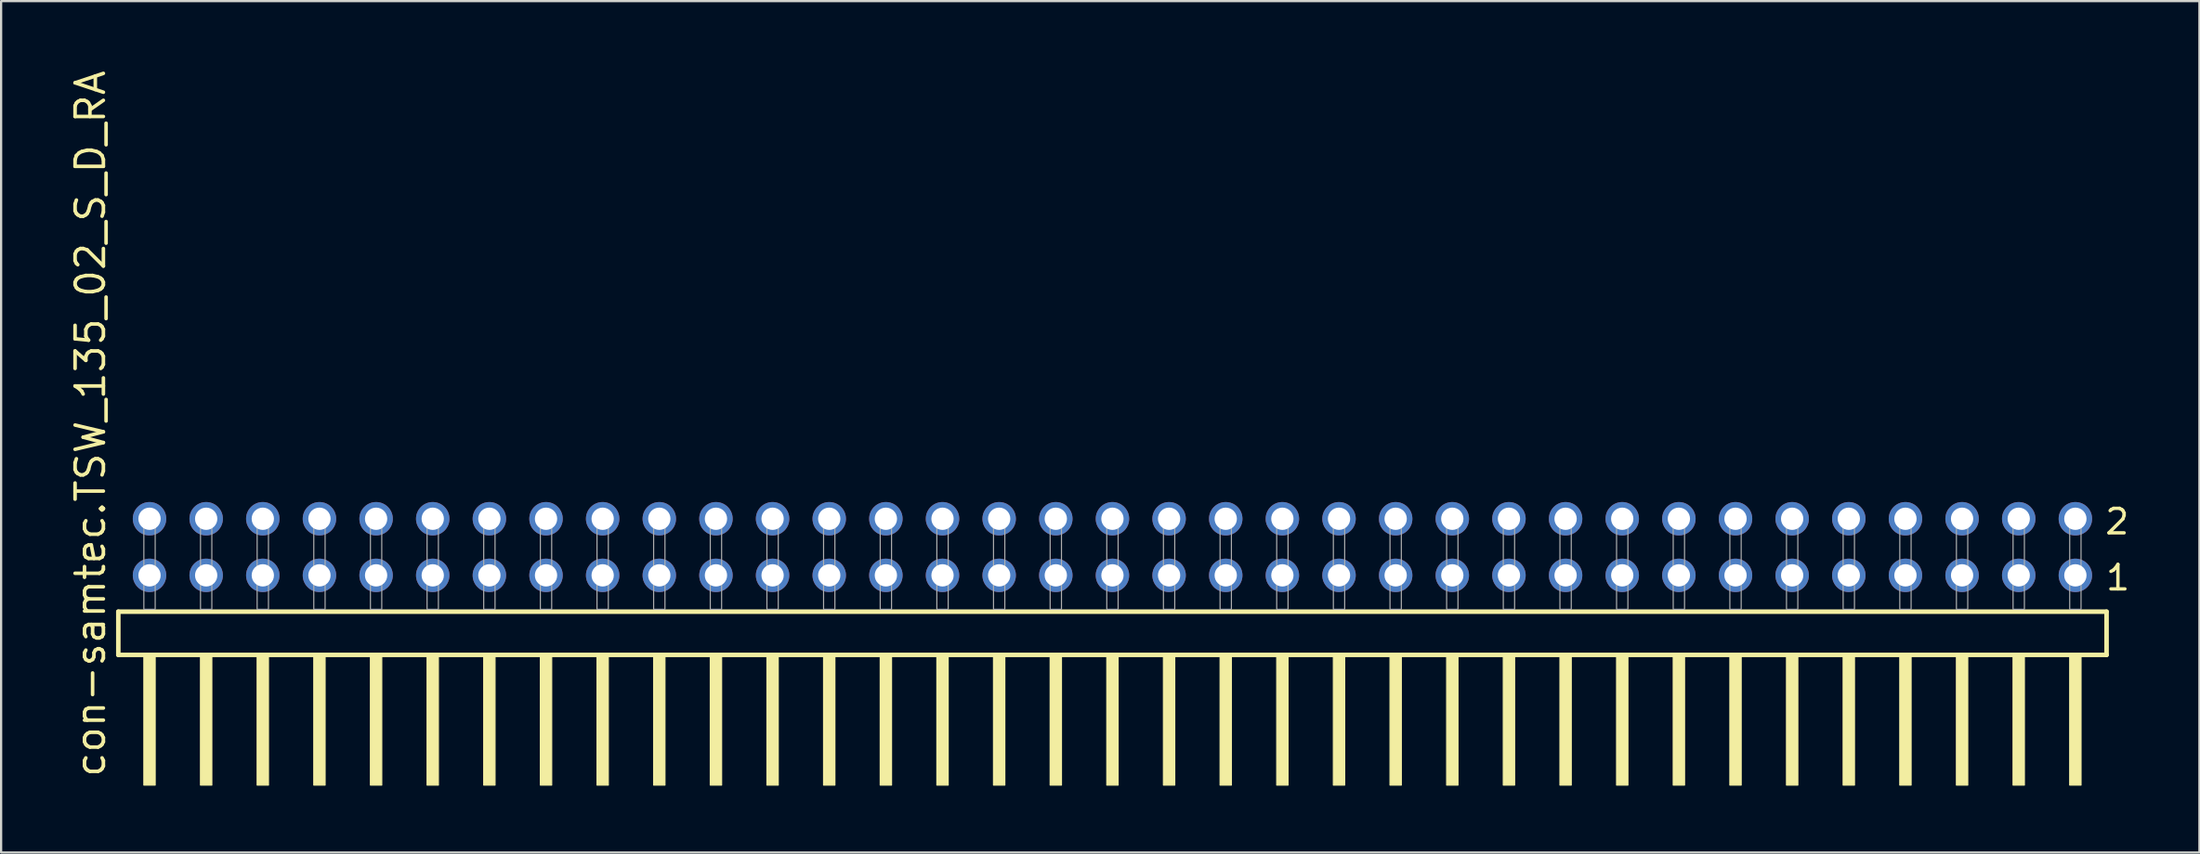
<source format=kicad_pcb>
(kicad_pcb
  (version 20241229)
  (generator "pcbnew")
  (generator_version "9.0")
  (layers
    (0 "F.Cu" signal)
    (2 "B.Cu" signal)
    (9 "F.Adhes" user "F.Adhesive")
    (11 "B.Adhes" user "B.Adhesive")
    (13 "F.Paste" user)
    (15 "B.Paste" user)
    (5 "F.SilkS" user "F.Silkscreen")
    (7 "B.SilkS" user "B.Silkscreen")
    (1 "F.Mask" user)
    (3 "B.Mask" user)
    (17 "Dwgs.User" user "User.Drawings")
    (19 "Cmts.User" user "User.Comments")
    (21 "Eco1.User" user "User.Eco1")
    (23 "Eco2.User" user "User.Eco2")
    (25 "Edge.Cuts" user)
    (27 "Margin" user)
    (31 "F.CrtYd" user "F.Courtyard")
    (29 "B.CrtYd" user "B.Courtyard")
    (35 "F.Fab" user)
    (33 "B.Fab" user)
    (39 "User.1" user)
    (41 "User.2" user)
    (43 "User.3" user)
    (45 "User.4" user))
  (footprint "con-samtec.TSW_135_02_S_D_RA"
    (layer "F.Cu")
    (at 46.835 24.296)
    (property "Reference" "con-samtec.TSW_135_02_S_D_RA" (at -45.085 7.62 90) (layer "F.SilkS") (effects (font (size 1.27 1.27) (thickness 0.16)) (justify left bottom)))
    (attr through_hole)
    (fp_line (start -44.579 0.106) (end -44.579 2.046) (stroke (width 0.203) (type default)) (layer "F.SilkS"))
    (fp_line (start -44.579 2.046) (end 44.579 2.046) (stroke (width 0.203) (type default)) (layer "F.SilkS"))
    (fp_line (start 44.579 0.106) (end -44.579 0.106) (stroke (width 0.203) (type default)) (layer "F.SilkS"))
    (fp_line (start 44.579 2.046) (end 44.579 0.106) (stroke (width 0.203) (type default)) (layer "F.SilkS"))
    (fp_rect (start -43.434 7.89) (end -42.926 2.04) (stroke (width 0.05) (type default)) (fill yes) (layer "F.SilkS"))
    (fp_rect (start -40.894 7.89) (end -40.386 2.04) (stroke (width 0.05) (type default)) (fill yes) (layer "F.SilkS"))
    (fp_rect (start -38.354 7.89) (end -37.846 2.04) (stroke (width 0.05) (type default)) (fill yes) (layer "F.SilkS"))
    (fp_rect (start -35.814 7.89) (end -35.306 2.04) (stroke (width 0.05) (type default)) (fill yes) (layer "F.SilkS"))
    (fp_rect (start -33.274 7.89) (end -32.766 2.04) (stroke (width 0.05) (type default)) (fill yes) (layer "F.SilkS"))
    (fp_rect (start -30.734 7.89) (end -30.226 2.04) (stroke (width 0.05) (type default)) (fill yes) (layer "F.SilkS"))
    (fp_rect (start -28.194 7.89) (end -27.686 2.04) (stroke (width 0.05) (type default)) (fill yes) (layer "F.SilkS"))
    (fp_rect (start -25.654 7.89) (end -25.146 2.04) (stroke (width 0.05) (type default)) (fill yes) (layer "F.SilkS"))
    (fp_rect (start -23.114 7.89) (end -22.606 2.04) (stroke (width 0.05) (type default)) (fill yes) (layer "F.SilkS"))
    (fp_rect (start -20.574 7.89) (end -20.066 2.04) (stroke (width 0.05) (type default)) (fill yes) (layer "F.SilkS"))
    (fp_rect (start -18.034 7.89) (end -17.526 2.04) (stroke (width 0.05) (type default)) (fill yes) (layer "F.SilkS"))
    (fp_rect (start -15.494 7.89) (end -14.986 2.04) (stroke (width 0.05) (type default)) (fill yes) (layer "F.SilkS"))
    (fp_rect (start -12.954 7.89) (end -12.446 2.04) (stroke (width 0.05) (type default)) (fill yes) (layer "F.SilkS"))
    (fp_rect (start -10.414 7.89) (end -9.906 2.04) (stroke (width 0.05) (type default)) (fill yes) (layer "F.SilkS"))
    (fp_rect (start -7.874 7.89) (end -7.366 2.04) (stroke (width 0.05) (type default)) (fill yes) (layer "F.SilkS"))
    (fp_rect (start -5.334 7.89) (end -4.826 2.04) (stroke (width 0.05) (type default)) (fill yes) (layer "F.SilkS"))
    (fp_rect (start -2.794 7.89) (end -2.286 2.04) (stroke (width 0.05) (type default)) (fill yes) (layer "F.SilkS"))
    (fp_rect (start -0.254 7.89) (end 0.254 2.04) (stroke (width 0.05) (type default)) (fill yes) (layer "F.SilkS"))
    (fp_rect (start 2.286 7.89) (end 2.794 2.04) (stroke (width 0.05) (type default)) (fill yes) (layer "F.SilkS"))
    (fp_rect (start 4.826 7.89) (end 5.334 2.04) (stroke (width 0.05) (type default)) (fill yes) (layer "F.SilkS"))
    (fp_rect (start 7.366 7.89) (end 7.874 2.04) (stroke (width 0.05) (type default)) (fill yes) (layer "F.SilkS"))
    (fp_rect (start 9.906 7.89) (end 10.414 2.04) (stroke (width 0.05) (type default)) (fill yes) (layer "F.SilkS"))
    (fp_rect (start 12.446 7.89) (end 12.954 2.04) (stroke (width 0.05) (type default)) (fill yes) (layer "F.SilkS"))
    (fp_rect (start 14.986 7.89) (end 15.494 2.04) (stroke (width 0.05) (type default)) (fill yes) (layer "F.SilkS"))
    (fp_rect (start 17.526 7.89) (end 18.034 2.04) (stroke (width 0.05) (type default)) (fill yes) (layer "F.SilkS"))
    (fp_rect (start 20.066 7.89) (end 20.574 2.04) (stroke (width 0.05) (type default)) (fill yes) (layer "F.SilkS"))
    (fp_rect (start 22.606 7.89) (end 23.114 2.04) (stroke (width 0.05) (type default)) (fill yes) (layer "F.SilkS"))
    (fp_rect (start 25.146 7.89) (end 25.654 2.04) (stroke (width 0.05) (type default)) (fill yes) (layer "F.SilkS"))
    (fp_rect (start 27.686 7.89) (end 28.194 2.04) (stroke (width 0.05) (type default)) (fill yes) (layer "F.SilkS"))
    (fp_rect (start 30.226 7.89) (end 30.734 2.04) (stroke (width 0.05) (type default)) (fill yes) (layer "F.SilkS"))
    (fp_rect (start 32.766 7.89) (end 33.274 2.04) (stroke (width 0.05) (type default)) (fill yes) (layer "F.SilkS"))
    (fp_rect (start 35.306 7.89) (end 35.814 2.04) (stroke (width 0.05) (type default)) (fill yes) (layer "F.SilkS"))
    (fp_rect (start 37.846 7.89) (end 38.354 2.04) (stroke (width 0.05) (type default)) (fill yes) (layer "F.SilkS"))
    (fp_rect (start 40.386 7.89) (end 40.894 2.04) (stroke (width 0.05) (type default)) (fill yes) (layer "F.SilkS"))
    (fp_rect (start 42.926 7.89) (end 43.434 2.04) (stroke (width 0.05) (type default)) (fill yes) (layer "F.SilkS"))
    (fp_rect (start -43.434 0) (end -42.926 -4.318) (stroke (width 0.05) (type default)) (fill no) (layer "F.Fab"))
    (fp_rect (start -40.894 0) (end -40.386 -4.318) (stroke (width 0.05) (type default)) (fill no) (layer "F.Fab"))
    (fp_rect (start -38.354 0) (end -37.846 -4.318) (stroke (width 0.05) (type default)) (fill no) (layer "F.Fab"))
    (fp_rect (start -35.814 0) (end -35.306 -4.318) (stroke (width 0.05) (type default)) (fill no) (layer "F.Fab"))
    (fp_rect (start -33.274 0) (end -32.766 -4.318) (stroke (width 0.05) (type default)) (fill no) (layer "F.Fab"))
    (fp_rect (start -30.734 0) (end -30.226 -4.318) (stroke (width 0.05) (type default)) (fill no) (layer "F.Fab"))
    (fp_rect (start -28.194 0) (end -27.686 -4.318) (stroke (width 0.05) (type default)) (fill no) (layer "F.Fab"))
    (fp_rect (start -25.654 0) (end -25.146 -4.318) (stroke (width 0.05) (type default)) (fill no) (layer "F.Fab"))
    (fp_rect (start -23.114 0) (end -22.606 -4.318) (stroke (width 0.05) (type default)) (fill no) (layer "F.Fab"))
    (fp_rect (start -20.574 0) (end -20.066 -4.318) (stroke (width 0.05) (type default)) (fill no) (layer "F.Fab"))
    (fp_rect (start -18.034 0) (end -17.526 -4.318) (stroke (width 0.05) (type default)) (fill no) (layer "F.Fab"))
    (fp_rect (start -15.494 0) (end -14.986 -4.318) (stroke (width 0.05) (type default)) (fill no) (layer "F.Fab"))
    (fp_rect (start -12.954 0) (end -12.446 -4.318) (stroke (width 0.05) (type default)) (fill no) (layer "F.Fab"))
    (fp_rect (start -10.414 0) (end -9.906 -4.318) (stroke (width 0.05) (type default)) (fill no) (layer "F.Fab"))
    (fp_rect (start -7.874 0) (end -7.366 -4.318) (stroke (width 0.05) (type default)) (fill no) (layer "F.Fab"))
    (fp_rect (start -5.334 0) (end -4.826 -4.318) (stroke (width 0.05) (type default)) (fill no) (layer "F.Fab"))
    (fp_rect (start -2.794 0) (end -2.286 -4.318) (stroke (width 0.05) (type default)) (fill no) (layer "F.Fab"))
    (fp_rect (start -0.254 0) (end 0.254 -4.318) (stroke (width 0.05) (type default)) (fill no) (layer "F.Fab"))
    (fp_rect (start 2.286 0) (end 2.794 -4.318) (stroke (width 0.05) (type default)) (fill no) (layer "F.Fab"))
    (fp_rect (start 4.826 0) (end 5.334 -4.318) (stroke (width 0.05) (type default)) (fill no) (layer "F.Fab"))
    (fp_rect (start 7.366 0) (end 7.874 -4.318) (stroke (width 0.05) (type default)) (fill no) (layer "F.Fab"))
    (fp_rect (start 9.906 0) (end 10.414 -4.318) (stroke (width 0.05) (type default)) (fill no) (layer "F.Fab"))
    (fp_rect (start 12.446 0) (end 12.954 -4.318) (stroke (width 0.05) (type default)) (fill no) (layer "F.Fab"))
    (fp_rect (start 14.986 0) (end 15.494 -4.318) (stroke (width 0.05) (type default)) (fill no) (layer "F.Fab"))
    (fp_rect (start 17.526 0) (end 18.034 -4.318) (stroke (width 0.05) (type default)) (fill no) (layer "F.Fab"))
    (fp_rect (start 20.066 0) (end 20.574 -4.318) (stroke (width 0.05) (type default)) (fill no) (layer "F.Fab"))
    (fp_rect (start 22.606 0) (end 23.114 -4.318) (stroke (width 0.05) (type default)) (fill no) (layer "F.Fab"))
    (fp_rect (start 25.146 0) (end 25.654 -4.318) (stroke (width 0.05) (type default)) (fill no) (layer "F.Fab"))
    (fp_rect (start 27.686 0) (end 28.194 -4.318) (stroke (width 0.05) (type default)) (fill no) (layer "F.Fab"))
    (fp_rect (start 30.226 0) (end 30.734 -4.318) (stroke (width 0.05) (type default)) (fill no) (layer "F.Fab"))
    (fp_rect (start 32.766 0) (end 33.274 -4.318) (stroke (width 0.05) (type default)) (fill no) (layer "F.Fab"))
    (fp_rect (start 35.306 0) (end 35.814 -4.318) (stroke (width 0.05) (type default)) (fill no) (layer "F.Fab"))
    (fp_rect (start 37.846 0) (end 38.354 -4.318) (stroke (width 0.05) (type default)) (fill no) (layer "F.Fab"))
    (fp_rect (start 40.386 0) (end 40.894 -4.318) (stroke (width 0.05) (type default)) (fill no) (layer "F.Fab"))
    (fp_rect (start 42.926 0) (end 43.434 -4.318) (stroke (width 0.05) (type default)) (fill no) (layer "F.Fab"))
    (fp_text user "1" (at 44.465 -0.775 0) (layer "F.SilkS") (effects (font (size 1.1 1.1) (thickness 0.15)) (justify left bottom)))
    (fp_text user "2" (at 44.43 -3.29 0) (layer "F.SilkS") (effects (font (size 1.1 1.1) (thickness 0.15)) (justify left bottom)))
    (pad "1" thru_hole circle (at 43.18 -1.524 180) (size 1.5 1.5) (drill 1) (layers "*.Cu" "*.Mask"))
    (pad "2" thru_hole circle (at 43.18 -4.064 180) (size 1.5 1.5) (drill 1) (layers "*.Cu" "*.Mask"))
    (pad "3" thru_hole circle (at 40.64 -1.524 180) (size 1.5 1.5) (drill 1) (layers "*.Cu" "*.Mask"))
    (pad "4" thru_hole circle (at 40.64 -4.064 180) (size 1.5 1.5) (drill 1) (layers "*.Cu" "*.Mask"))
    (pad "5" thru_hole circle (at 38.1 -1.524 180) (size 1.5 1.5) (drill 1) (layers "*.Cu" "*.Mask"))
    (pad "6" thru_hole circle (at 38.1 -4.064 180) (size 1.5 1.5) (drill 1) (layers "*.Cu" "*.Mask"))
    (pad "7" thru_hole circle (at 35.56 -1.524 180) (size 1.5 1.5) (drill 1) (layers "*.Cu" "*.Mask"))
    (pad "8" thru_hole circle (at 35.56 -4.064 180) (size 1.5 1.5) (drill 1) (layers "*.Cu" "*.Mask"))
    (pad "9" thru_hole circle (at 33.02 -1.524 180) (size 1.5 1.5) (drill 1) (layers "*.Cu" "*.Mask"))
    (pad "10" thru_hole circle (at 33.02 -4.064 180) (size 1.5 1.5) (drill 1) (layers "*.Cu" "*.Mask"))
    (pad "11" thru_hole circle (at 30.48 -1.524 180) (size 1.5 1.5) (drill 1) (layers "*.Cu" "*.Mask"))
    (pad "12" thru_hole circle (at 30.48 -4.064 180) (size 1.5 1.5) (drill 1) (layers "*.Cu" "*.Mask"))
    (pad "13" thru_hole circle (at 27.94 -1.524 180) (size 1.5 1.5) (drill 1) (layers "*.Cu" "*.Mask"))
    (pad "14" thru_hole circle (at 27.94 -4.064 180) (size 1.5 1.5) (drill 1) (layers "*.Cu" "*.Mask"))
    (pad "15" thru_hole circle (at 25.4 -1.524 180) (size 1.5 1.5) (drill 1) (layers "*.Cu" "*.Mask"))
    (pad "16" thru_hole circle (at 25.4 -4.064 180) (size 1.5 1.5) (drill 1) (layers "*.Cu" "*.Mask"))
    (pad "17" thru_hole circle (at 22.86 -1.524 180) (size 1.5 1.5) (drill 1) (layers "*.Cu" "*.Mask"))
    (pad "18" thru_hole circle (at 22.86 -4.064 180) (size 1.5 1.5) (drill 1) (layers "*.Cu" "*.Mask"))
    (pad "19" thru_hole circle (at 20.32 -1.524 180) (size 1.5 1.5) (drill 1) (layers "*.Cu" "*.Mask"))
    (pad "20" thru_hole circle (at 20.32 -4.064 180) (size 1.5 1.5) (drill 1) (layers "*.Cu" "*.Mask"))
    (pad "21" thru_hole circle (at 17.78 -1.524 180) (size 1.5 1.5) (drill 1) (layers "*.Cu" "*.Mask"))
    (pad "22" thru_hole circle (at 17.78 -4.064 180) (size 1.5 1.5) (drill 1) (layers "*.Cu" "*.Mask"))
    (pad "23" thru_hole circle (at 15.24 -1.524 180) (size 1.5 1.5) (drill 1) (layers "*.Cu" "*.Mask"))
    (pad "24" thru_hole circle (at 15.24 -4.064 180) (size 1.5 1.5) (drill 1) (layers "*.Cu" "*.Mask"))
    (pad "25" thru_hole circle (at 12.7 -1.524 180) (size 1.5 1.5) (drill 1) (layers "*.Cu" "*.Mask"))
    (pad "26" thru_hole circle (at 12.7 -4.064 180) (size 1.5 1.5) (drill 1) (layers "*.Cu" "*.Mask"))
    (pad "27" thru_hole circle (at 10.16 -1.524 180) (size 1.5 1.5) (drill 1) (layers "*.Cu" "*.Mask"))
    (pad "28" thru_hole circle (at 10.16 -4.064 180) (size 1.5 1.5) (drill 1) (layers "*.Cu" "*.Mask"))
    (pad "29" thru_hole circle (at 7.62 -1.524 180) (size 1.5 1.5) (drill 1) (layers "*.Cu" "*.Mask"))
    (pad "30" thru_hole circle (at 7.62 -4.064 180) (size 1.5 1.5) (drill 1) (layers "*.Cu" "*.Mask"))
    (pad "31" thru_hole circle (at 5.08 -1.524 180) (size 1.5 1.5) (drill 1) (layers "*.Cu" "*.Mask"))
    (pad "32" thru_hole circle (at 5.08 -4.064 180) (size 1.5 1.5) (drill 1) (layers "*.Cu" "*.Mask"))
    (pad "33" thru_hole circle (at 2.54 -1.524 180) (size 1.5 1.5) (drill 1) (layers "*.Cu" "*.Mask"))
    (pad "34" thru_hole circle (at 2.54 -4.064 180) (size 1.5 1.5) (drill 1) (layers "*.Cu" "*.Mask"))
    (pad "35" thru_hole circle (at 0 -1.524 180) (size 1.5 1.5) (drill 1) (layers "*.Cu" "*.Mask"))
    (pad "36" thru_hole circle (at 0 -4.064 180) (size 1.5 1.5) (drill 1) (layers "*.Cu" "*.Mask"))
    (pad "37" thru_hole circle (at -2.54 -1.524 180) (size 1.5 1.5) (drill 1) (layers "*.Cu" "*.Mask"))
    (pad "38" thru_hole circle (at -2.54 -4.064 180) (size 1.5 1.5) (drill 1) (layers "*.Cu" "*.Mask"))
    (pad "39" thru_hole circle (at -5.08 -1.524 180) (size 1.5 1.5) (drill 1) (layers "*.Cu" "*.Mask"))
    (pad "40" thru_hole circle (at -5.08 -4.064 180) (size 1.5 1.5) (drill 1) (layers "*.Cu" "*.Mask"))
    (pad "41" thru_hole circle (at -7.62 -1.524 180) (size 1.5 1.5) (drill 1) (layers "*.Cu" "*.Mask"))
    (pad "42" thru_hole circle (at -7.62 -4.064 180) (size 1.5 1.5) (drill 1) (layers "*.Cu" "*.Mask"))
    (pad "43" thru_hole circle (at -10.16 -1.524 180) (size 1.5 1.5) (drill 1) (layers "*.Cu" "*.Mask"))
    (pad "44" thru_hole circle (at -10.16 -4.064 180) (size 1.5 1.5) (drill 1) (layers "*.Cu" "*.Mask"))
    (pad "45" thru_hole circle (at -12.7 -1.524 180) (size 1.5 1.5) (drill 1) (layers "*.Cu" "*.Mask"))
    (pad "46" thru_hole circle (at -12.7 -4.064 180) (size 1.5 1.5) (drill 1) (layers "*.Cu" "*.Mask"))
    (pad "47" thru_hole circle (at -15.24 -1.524 180) (size 1.5 1.5) (drill 1) (layers "*.Cu" "*.Mask"))
    (pad "48" thru_hole circle (at -15.24 -4.064 180) (size 1.5 1.5) (drill 1) (layers "*.Cu" "*.Mask"))
    (pad "49" thru_hole circle (at -17.78 -1.524 180) (size 1.5 1.5) (drill 1) (layers "*.Cu" "*.Mask"))
    (pad "50" thru_hole circle (at -17.78 -4.064 180) (size 1.5 1.5) (drill 1) (layers "*.Cu" "*.Mask"))
    (pad "51" thru_hole circle (at -20.32 -1.524 180) (size 1.5 1.5) (drill 1) (layers "*.Cu" "*.Mask"))
    (pad "52" thru_hole circle (at -20.32 -4.064 180) (size 1.5 1.5) (drill 1) (layers "*.Cu" "*.Mask"))
    (pad "53" thru_hole circle (at -22.86 -1.524 180) (size 1.5 1.5) (drill 1) (layers "*.Cu" "*.Mask"))
    (pad "54" thru_hole circle (at -22.86 -4.064 180) (size 1.5 1.5) (drill 1) (layers "*.Cu" "*.Mask"))
    (pad "55" thru_hole circle (at -25.4 -1.524 180) (size 1.5 1.5) (drill 1) (layers "*.Cu" "*.Mask"))
    (pad "56" thru_hole circle (at -25.4 -4.064 180) (size 1.5 1.5) (drill 1) (layers "*.Cu" "*.Mask"))
    (pad "57" thru_hole circle (at -27.94 -1.524 180) (size 1.5 1.5) (drill 1) (layers "*.Cu" "*.Mask"))
    (pad "58" thru_hole circle (at -27.94 -4.064 180) (size 1.5 1.5) (drill 1) (layers "*.Cu" "*.Mask"))
    (pad "59" thru_hole circle (at -30.48 -1.524 180) (size 1.5 1.5) (drill 1) (layers "*.Cu" "*.Mask"))
    (pad "60" thru_hole circle (at -30.48 -4.064 180) (size 1.5 1.5) (drill 1) (layers "*.Cu" "*.Mask"))
    (pad "61" thru_hole circle (at -33.02 -1.524 180) (size 1.5 1.5) (drill 1) (layers "*.Cu" "*.Mask"))
    (pad "62" thru_hole circle (at -33.02 -4.064 180) (size 1.5 1.5) (drill 1) (layers "*.Cu" "*.Mask"))
    (pad "63" thru_hole circle (at -35.56 -1.524 180) (size 1.5 1.5) (drill 1) (layers "*.Cu" "*.Mask"))
    (pad "64" thru_hole circle (at -35.56 -4.064 180) (size 1.5 1.5) (drill 1) (layers "*.Cu" "*.Mask"))
    (pad "65" thru_hole circle (at -38.1 -1.524 180) (size 1.5 1.5) (drill 1) (layers "*.Cu" "*.Mask"))
    (pad "66" thru_hole circle (at -38.1 -4.064 180) (size 1.5 1.5) (drill 1) (layers "*.Cu" "*.Mask"))
    (pad "67" thru_hole circle (at -40.64 -1.524 180) (size 1.5 1.5) (drill 1) (layers "*.Cu" "*.Mask"))
    (pad "68" thru_hole circle (at -40.64 -4.064 180) (size 1.5 1.5) (drill 1) (layers "*.Cu" "*.Mask"))
    (pad "69" thru_hole circle (at -43.18 -1.524 180) (size 1.5 1.5) (drill 1) (layers "*.Cu" "*.Mask"))
    (pad "70" thru_hole circle (at -43.18 -4.064 180) (size 1.5 1.5) (drill 1) (layers "*.Cu" "*.Mask")))
  (gr_rect
    (start -3 -3)
    (end 95.578 35.211)
    (stroke (width 0.1) (type default))
    (fill no)
    (layer "Edge.Cuts")))
</source>
